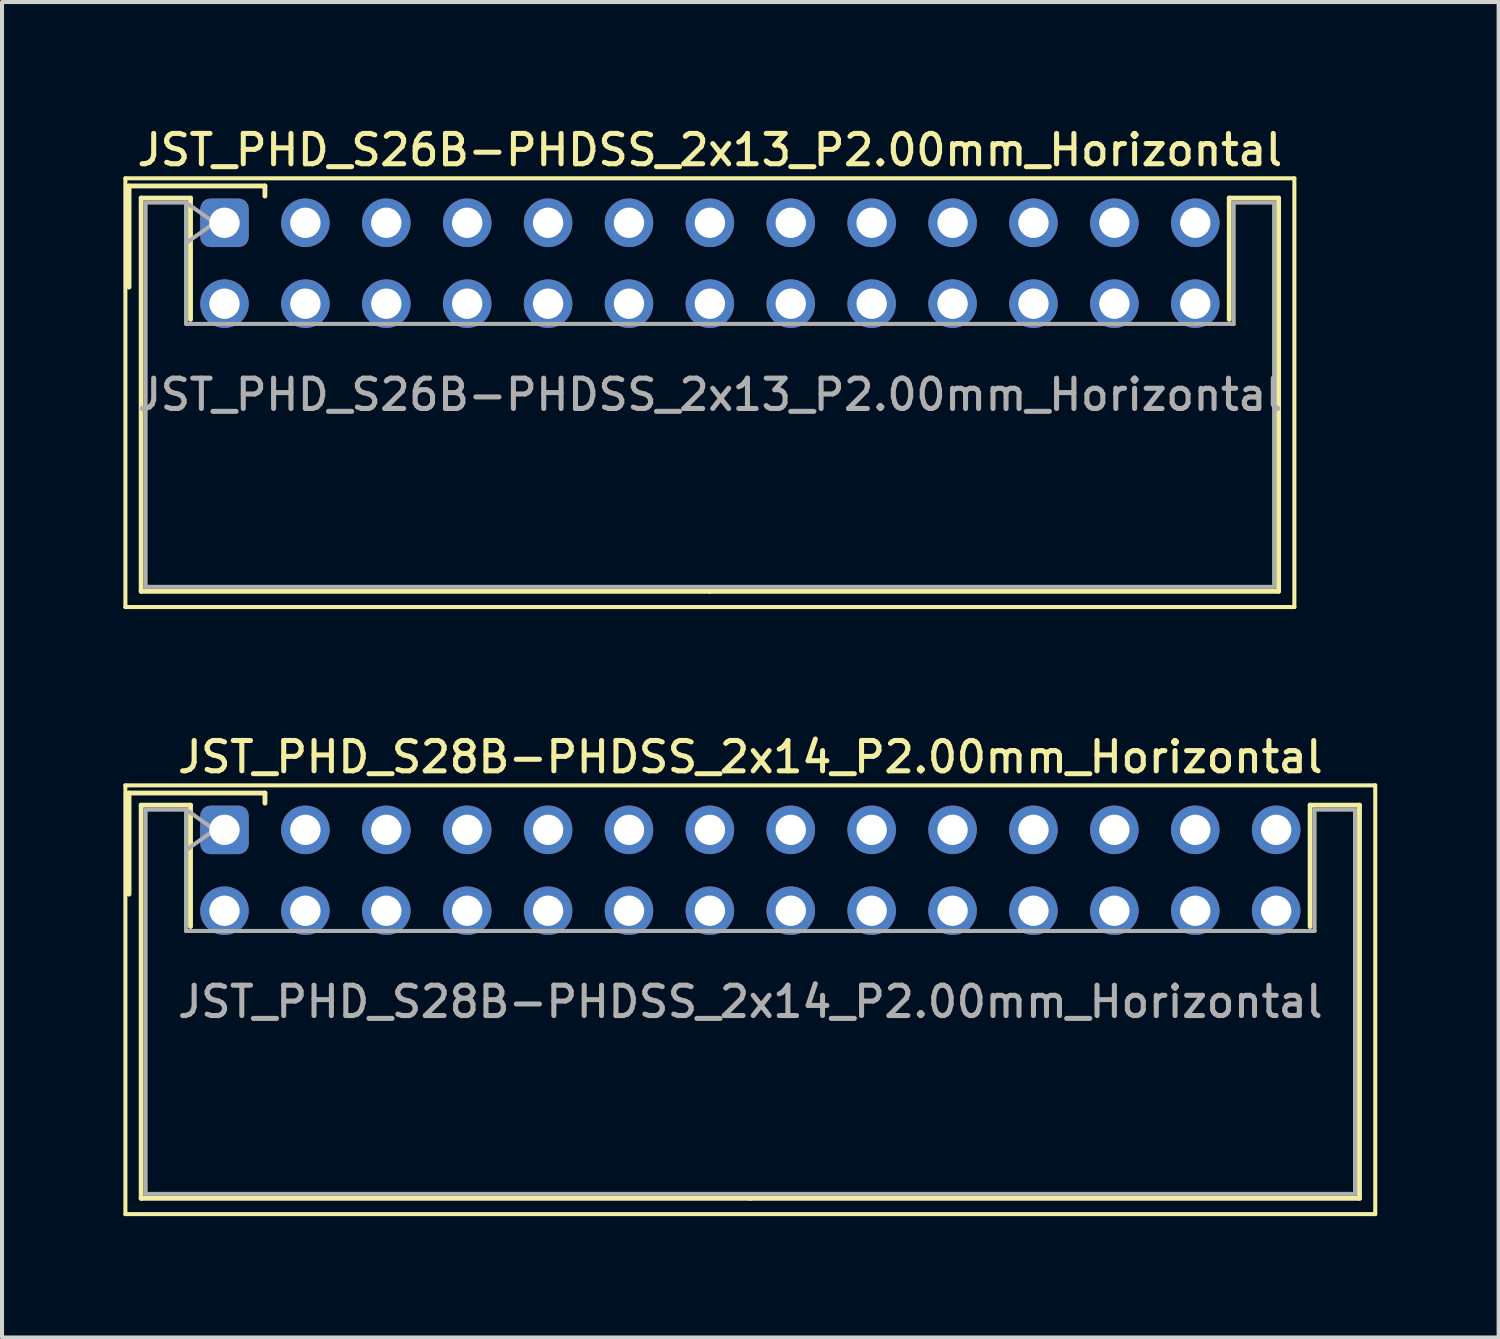
<source format=kicad_pcb>
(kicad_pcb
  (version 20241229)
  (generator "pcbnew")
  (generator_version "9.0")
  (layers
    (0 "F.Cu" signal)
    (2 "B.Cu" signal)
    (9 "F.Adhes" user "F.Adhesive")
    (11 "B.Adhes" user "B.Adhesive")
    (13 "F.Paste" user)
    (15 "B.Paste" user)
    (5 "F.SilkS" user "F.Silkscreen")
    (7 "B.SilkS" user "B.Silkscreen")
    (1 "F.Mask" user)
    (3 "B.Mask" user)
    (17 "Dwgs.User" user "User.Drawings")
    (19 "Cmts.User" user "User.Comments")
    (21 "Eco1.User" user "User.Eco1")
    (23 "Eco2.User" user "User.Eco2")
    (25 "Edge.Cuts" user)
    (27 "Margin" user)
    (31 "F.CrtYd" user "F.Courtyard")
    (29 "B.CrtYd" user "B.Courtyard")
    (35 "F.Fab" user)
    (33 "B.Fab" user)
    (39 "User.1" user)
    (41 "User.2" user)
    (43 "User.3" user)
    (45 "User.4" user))
  (footprint "JST_PHD_S26B-PHDSS_2x13_P2.00mm_Horizontal"
    (layer "F.Cu")
    (at 2.5 2.458)
    (property "Reference" "JST_PHD_S26B-PHDSS_2x13_P2.00mm_Horizontal" (at 12 -1.8 0) (layer "F.SilkS") (effects (font (size 0.75 0.75) (thickness 0.125))))
    (attr through_hole)
    (fp_line (start -2.45 -1.1) (end -2.45 9.5) (stroke (width 0.1) (type solid)) (layer "F.SilkS"))
    (fp_line (start -2.45 9.5) (end 26.45 9.5) (stroke (width 0.1) (type solid)) (layer "F.SilkS"))
    (fp_line (start -2.36 -0.91) (end -2.36 1.59) (stroke (width 0.12) (type solid)) (layer "F.SilkS"))
    (fp_line (start -2.06 -0.61) (end -2.06 9.11) (stroke (width 0.12) (type solid)) (layer "F.SilkS"))
    (fp_line (start -2.06 9.11) (end 12 9.11) (stroke (width 0.12) (type solid)) (layer "F.SilkS"))
    (fp_line (start -0.84 -0.61) (end -2.06 -0.61) (stroke (width 0.12) (type solid)) (layer "F.SilkS"))
    (fp_line (start -0.84 2.39) (end -0.84 -0.61) (stroke (width 0.12) (type solid)) (layer "F.SilkS"))
    (fp_line (start 1 -0.91) (end -2.36 -0.91) (stroke (width 0.12) (type solid)) (layer "F.SilkS"))
    (fp_line (start 1 -0.66) (end 1 -0.91) (stroke (width 0.12) (type solid)) (layer "F.SilkS"))
    (fp_line (start 24.84 -0.61) (end 26.06 -0.61) (stroke (width 0.12) (type solid)) (layer "F.SilkS"))
    (fp_line (start 24.84 2.39) (end 24.84 -0.61) (stroke (width 0.12) (type solid)) (layer "F.SilkS"))
    (fp_line (start 26.06 -0.61) (end 26.06 9.11) (stroke (width 0.12) (type solid)) (layer "F.SilkS"))
    (fp_line (start 26.06 9.11) (end 12 9.11) (stroke (width 0.12) (type solid)) (layer "F.SilkS"))
    (fp_line (start 26.45 -1.1) (end -2.45 -1.1) (stroke (width 0.1) (type solid)) (layer "F.SilkS"))
    (fp_line (start 26.45 9.5) (end 26.45 -1.1) (stroke (width 0.1) (type solid)) (layer "F.SilkS"))
    (fp_line (start -1.95 -0.5) (end -0.95 -0.5) (stroke (width 0.1) (type solid)) (layer "F.Fab"))
    (fp_line (start -1.95 9) (end -1.95 -0.5) (stroke (width 0.1) (type solid)) (layer "F.Fab"))
    (fp_line (start -0.95 -0.5) (end -0.95 2.5) (stroke (width 0.1) (type solid)) (layer "F.Fab"))
    (fp_line (start -0.95 -0.5) (end -0.243 0) (stroke (width 0.1) (type solid)) (layer "F.Fab"))
    (fp_line (start -0.95 2.5) (end 24.95 2.5) (stroke (width 0.1) (type solid)) (layer "F.Fab"))
    (fp_line (start -0.243 0) (end -0.95 0.5) (stroke (width 0.1) (type solid)) (layer "F.Fab"))
    (fp_line (start 24.95 -0.5) (end 25.95 -0.5) (stroke (width 0.1) (type solid)) (layer "F.Fab"))
    (fp_line (start 24.95 2.5) (end 24.95 -0.5) (stroke (width 0.1) (type solid)) (layer "F.Fab"))
    (fp_line (start 25.95 -0.5) (end 25.95 9) (stroke (width 0.1) (type solid)) (layer "F.Fab"))
    (fp_line (start 25.95 9) (end -1.95 9) (stroke (width 0.1) (type solid)) (layer "F.Fab"))
    (fp_text user "${REFERENCE}" (at 12 4.25 0) (layer "F.Fab") (effects (font (size 0.75 0.75) (thickness 0.125))))
    (pad "1" thru_hole roundrect (at 0 0) (size 1.2 1.2) (drill 0.75) (layers "*.Cu" "*.Mask") (roundrect_rratio 0.208))
    (pad "2" thru_hole circle (at 0 2) (size 1.2 1.2) (drill 0.75) (layers "*.Cu" "*.Mask"))
    (pad "3" thru_hole circle (at 2 0) (size 1.2 1.2) (drill 0.75) (layers "*.Cu" "*.Mask"))
    (pad "4" thru_hole circle (at 2 2) (size 1.2 1.2) (drill 0.75) (layers "*.Cu" "*.Mask"))
    (pad "5" thru_hole circle (at 4 0) (size 1.2 1.2) (drill 0.75) (layers "*.Cu" "*.Mask"))
    (pad "6" thru_hole circle (at 4 2) (size 1.2 1.2) (drill 0.75) (layers "*.Cu" "*.Mask"))
    (pad "7" thru_hole circle (at 6 0) (size 1.2 1.2) (drill 0.75) (layers "*.Cu" "*.Mask"))
    (pad "8" thru_hole circle (at 6 2) (size 1.2 1.2) (drill 0.75) (layers "*.Cu" "*.Mask"))
    (pad "9" thru_hole circle (at 8 0) (size 1.2 1.2) (drill 0.75) (layers "*.Cu" "*.Mask"))
    (pad "10" thru_hole circle (at 8 2) (size 1.2 1.2) (drill 0.75) (layers "*.Cu" "*.Mask"))
    (pad "11" thru_hole circle (at 10 0) (size 1.2 1.2) (drill 0.75) (layers "*.Cu" "*.Mask"))
    (pad "12" thru_hole circle (at 10 2) (size 1.2 1.2) (drill 0.75) (layers "*.Cu" "*.Mask"))
    (pad "13" thru_hole circle (at 12 0) (size 1.2 1.2) (drill 0.75) (layers "*.Cu" "*.Mask"))
    (pad "14" thru_hole circle (at 12 2) (size 1.2 1.2) (drill 0.75) (layers "*.Cu" "*.Mask"))
    (pad "15" thru_hole circle (at 14 0) (size 1.2 1.2) (drill 0.75) (layers "*.Cu" "*.Mask"))
    (pad "16" thru_hole circle (at 14 2) (size 1.2 1.2) (drill 0.75) (layers "*.Cu" "*.Mask"))
    (pad "17" thru_hole circle (at 16 0) (size 1.2 1.2) (drill 0.75) (layers "*.Cu" "*.Mask"))
    (pad "18" thru_hole circle (at 16 2) (size 1.2 1.2) (drill 0.75) (layers "*.Cu" "*.Mask"))
    (pad "19" thru_hole circle (at 18 0) (size 1.2 1.2) (drill 0.75) (layers "*.Cu" "*.Mask"))
    (pad "20" thru_hole circle (at 18 2) (size 1.2 1.2) (drill 0.75) (layers "*.Cu" "*.Mask"))
    (pad "21" thru_hole circle (at 20 0) (size 1.2 1.2) (drill 0.75) (layers "*.Cu" "*.Mask"))
    (pad "22" thru_hole circle (at 20 2) (size 1.2 1.2) (drill 0.75) (layers "*.Cu" "*.Mask"))
    (pad "23" thru_hole circle (at 22 0) (size 1.2 1.2) (drill 0.75) (layers "*.Cu" "*.Mask"))
    (pad "24" thru_hole circle (at 22 2) (size 1.2 1.2) (drill 0.75) (layers "*.Cu" "*.Mask"))
    (pad "25" thru_hole circle (at 24 0) (size 1.2 1.2) (drill 0.75) (layers "*.Cu" "*.Mask"))
    (pad "26" thru_hole circle (at 24 2) (size 1.2 1.2) (drill 0.75) (layers "*.Cu" "*.Mask")))
  (footprint "JST_PHD_S28B-PHDSS_2x14_P2.00mm_Horizontal"
    (layer "F.Cu")
    (at 2.5 17.466)
    (property "Reference" "JST_PHD_S28B-PHDSS_2x14_P2.00mm_Horizontal" (at 13 -1.8 0) (layer "F.SilkS") (effects (font (size 0.75 0.75) (thickness 0.125))))
    (attr through_hole)
    (fp_line (start -2.45 -1.1) (end -2.45 9.5) (stroke (width 0.1) (type solid)) (layer "F.SilkS"))
    (fp_line (start -2.45 9.5) (end 28.45 9.5) (stroke (width 0.1) (type solid)) (layer "F.SilkS"))
    (fp_line (start -2.36 -0.91) (end -2.36 1.59) (stroke (width 0.12) (type solid)) (layer "F.SilkS"))
    (fp_line (start -2.06 -0.61) (end -2.06 9.11) (stroke (width 0.12) (type solid)) (layer "F.SilkS"))
    (fp_line (start -2.06 9.11) (end 13 9.11) (stroke (width 0.12) (type solid)) (layer "F.SilkS"))
    (fp_line (start -0.84 -0.61) (end -2.06 -0.61) (stroke (width 0.12) (type solid)) (layer "F.SilkS"))
    (fp_line (start -0.84 2.39) (end -0.84 -0.61) (stroke (width 0.12) (type solid)) (layer "F.SilkS"))
    (fp_line (start 1 -0.91) (end -2.36 -0.91) (stroke (width 0.12) (type solid)) (layer "F.SilkS"))
    (fp_line (start 1 -0.66) (end 1 -0.91) (stroke (width 0.12) (type solid)) (layer "F.SilkS"))
    (fp_line (start 26.84 -0.61) (end 28.06 -0.61) (stroke (width 0.12) (type solid)) (layer "F.SilkS"))
    (fp_line (start 26.84 2.39) (end 26.84 -0.61) (stroke (width 0.12) (type solid)) (layer "F.SilkS"))
    (fp_line (start 28.06 -0.61) (end 28.06 9.11) (stroke (width 0.12) (type solid)) (layer "F.SilkS"))
    (fp_line (start 28.06 9.11) (end 13 9.11) (stroke (width 0.12) (type solid)) (layer "F.SilkS"))
    (fp_line (start 28.45 -1.1) (end -2.45 -1.1) (stroke (width 0.1) (type solid)) (layer "F.SilkS"))
    (fp_line (start 28.45 9.5) (end 28.45 -1.1) (stroke (width 0.1) (type solid)) (layer "F.SilkS"))
    (fp_line (start -1.95 -0.5) (end -0.95 -0.5) (stroke (width 0.1) (type solid)) (layer "F.Fab"))
    (fp_line (start -1.95 9) (end -1.95 -0.5) (stroke (width 0.1) (type solid)) (layer "F.Fab"))
    (fp_line (start -0.95 -0.5) (end -0.95 2.5) (stroke (width 0.1) (type solid)) (layer "F.Fab"))
    (fp_line (start -0.95 -0.5) (end -0.243 0) (stroke (width 0.1) (type solid)) (layer "F.Fab"))
    (fp_line (start -0.95 2.5) (end 26.95 2.5) (stroke (width 0.1) (type solid)) (layer "F.Fab"))
    (fp_line (start -0.243 0) (end -0.95 0.5) (stroke (width 0.1) (type solid)) (layer "F.Fab"))
    (fp_line (start 26.95 -0.5) (end 27.95 -0.5) (stroke (width 0.1) (type solid)) (layer "F.Fab"))
    (fp_line (start 26.95 2.5) (end 26.95 -0.5) (stroke (width 0.1) (type solid)) (layer "F.Fab"))
    (fp_line (start 27.95 -0.5) (end 27.95 9) (stroke (width 0.1) (type solid)) (layer "F.Fab"))
    (fp_line (start 27.95 9) (end -1.95 9) (stroke (width 0.1) (type solid)) (layer "F.Fab"))
    (fp_text user "${REFERENCE}" (at 13 4.25 0) (layer "F.Fab") (effects (font (size 0.75 0.75) (thickness 0.125))))
    (pad "1" thru_hole roundrect (at 0 0) (size 1.2 1.2) (drill 0.75) (layers "*.Cu" "*.Mask") (roundrect_rratio 0.208))
    (pad "2" thru_hole circle (at 0 2) (size 1.2 1.2) (drill 0.75) (layers "*.Cu" "*.Mask"))
    (pad "3" thru_hole circle (at 2 0) (size 1.2 1.2) (drill 0.75) (layers "*.Cu" "*.Mask"))
    (pad "4" thru_hole circle (at 2 2) (size 1.2 1.2) (drill 0.75) (layers "*.Cu" "*.Mask"))
    (pad "5" thru_hole circle (at 4 0) (size 1.2 1.2) (drill 0.75) (layers "*.Cu" "*.Mask"))
    (pad "6" thru_hole circle (at 4 2) (size 1.2 1.2) (drill 0.75) (layers "*.Cu" "*.Mask"))
    (pad "7" thru_hole circle (at 6 0) (size 1.2 1.2) (drill 0.75) (layers "*.Cu" "*.Mask"))
    (pad "8" thru_hole circle (at 6 2) (size 1.2 1.2) (drill 0.75) (layers "*.Cu" "*.Mask"))
    (pad "9" thru_hole circle (at 8 0) (size 1.2 1.2) (drill 0.75) (layers "*.Cu" "*.Mask"))
    (pad "10" thru_hole circle (at 8 2) (size 1.2 1.2) (drill 0.75) (layers "*.Cu" "*.Mask"))
    (pad "11" thru_hole circle (at 10 0) (size 1.2 1.2) (drill 0.75) (layers "*.Cu" "*.Mask"))
    (pad "12" thru_hole circle (at 10 2) (size 1.2 1.2) (drill 0.75) (layers "*.Cu" "*.Mask"))
    (pad "13" thru_hole circle (at 12 0) (size 1.2 1.2) (drill 0.75) (layers "*.Cu" "*.Mask"))
    (pad "14" thru_hole circle (at 12 2) (size 1.2 1.2) (drill 0.75) (layers "*.Cu" "*.Mask"))
    (pad "15" thru_hole circle (at 14 0) (size 1.2 1.2) (drill 0.75) (layers "*.Cu" "*.Mask"))
    (pad "16" thru_hole circle (at 14 2) (size 1.2 1.2) (drill 0.75) (layers "*.Cu" "*.Mask"))
    (pad "17" thru_hole circle (at 16 0) (size 1.2 1.2) (drill 0.75) (layers "*.Cu" "*.Mask"))
    (pad "18" thru_hole circle (at 16 2) (size 1.2 1.2) (drill 0.75) (layers "*.Cu" "*.Mask"))
    (pad "19" thru_hole circle (at 18 0) (size 1.2 1.2) (drill 0.75) (layers "*.Cu" "*.Mask"))
    (pad "20" thru_hole circle (at 18 2) (size 1.2 1.2) (drill 0.75) (layers "*.Cu" "*.Mask"))
    (pad "21" thru_hole circle (at 20 0) (size 1.2 1.2) (drill 0.75) (layers "*.Cu" "*.Mask"))
    (pad "22" thru_hole circle (at 20 2) (size 1.2 1.2) (drill 0.75) (layers "*.Cu" "*.Mask"))
    (pad "23" thru_hole circle (at 22 0) (size 1.2 1.2) (drill 0.75) (layers "*.Cu" "*.Mask"))
    (pad "24" thru_hole circle (at 22 2) (size 1.2 1.2) (drill 0.75) (layers "*.Cu" "*.Mask"))
    (pad "25" thru_hole circle (at 24 0) (size 1.2 1.2) (drill 0.75) (layers "*.Cu" "*.Mask"))
    (pad "26" thru_hole circle (at 24 2) (size 1.2 1.2) (drill 0.75) (layers "*.Cu" "*.Mask"))
    (pad "27" thru_hole circle (at 26 0) (size 1.2 1.2) (drill 0.75) (layers "*.Cu" "*.Mask"))
    (pad "28" thru_hole circle (at 26 2) (size 1.2 1.2) (drill 0.75) (layers "*.Cu" "*.Mask")))
  (gr_rect
    (start -3 -3)
    (end 34 30.016)
    (stroke (width 0.1) (type default))
    (fill no)
    (layer "Edge.Cuts")))
</source>
